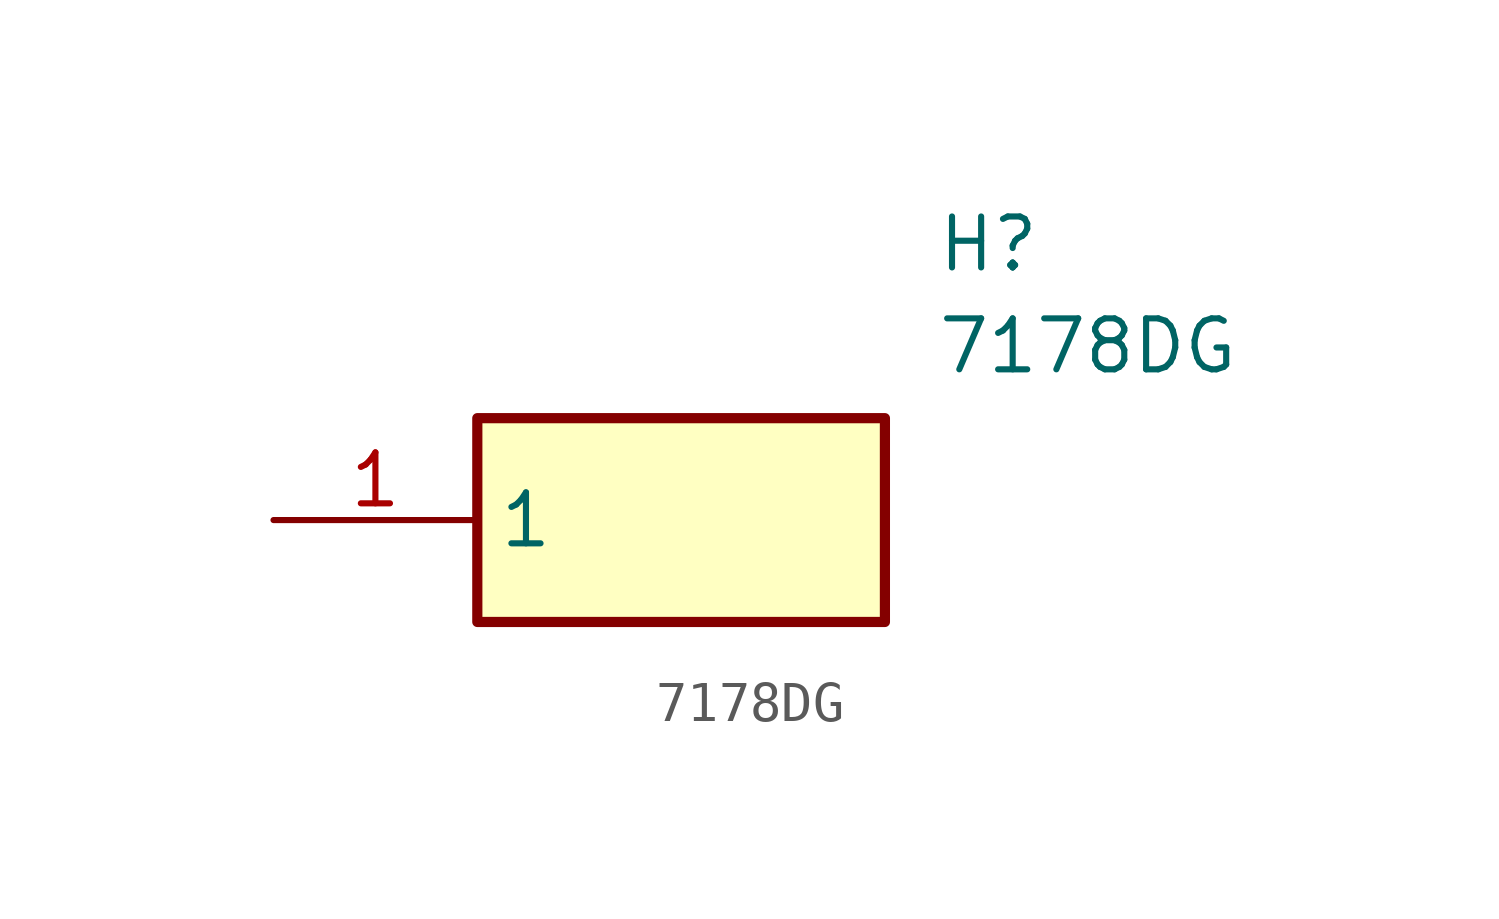
<source format=kicad_sym>
(kicad_symbol_lib
  (version 20211014)
  (generator SamacSys_ECAD_Model)
  (symbol "7178DG"
    (property "Reference" "H"
      (at 16.51 7.62 0)
      (effects (font (size 1.27 1.27)) (justify left top)))
    (property "Value" "7178DG"
      (at 16.51 5.08 0)
      (effects (font (size 1.27 1.27)) (justify left top)))
    (rectangle
      (start 5.08 2.54)
      (end 15.24 -2.54)
      (stroke (width 0.254) (type default))
      (fill (type background)))
    (pin passive line
      (at 0 0 0)
      (length 5.08)
      (name "1" (effects (font (size 1.27 1.27))))
      (number "1" (effects (font (size 1.27 1.27)))))))
</source>
